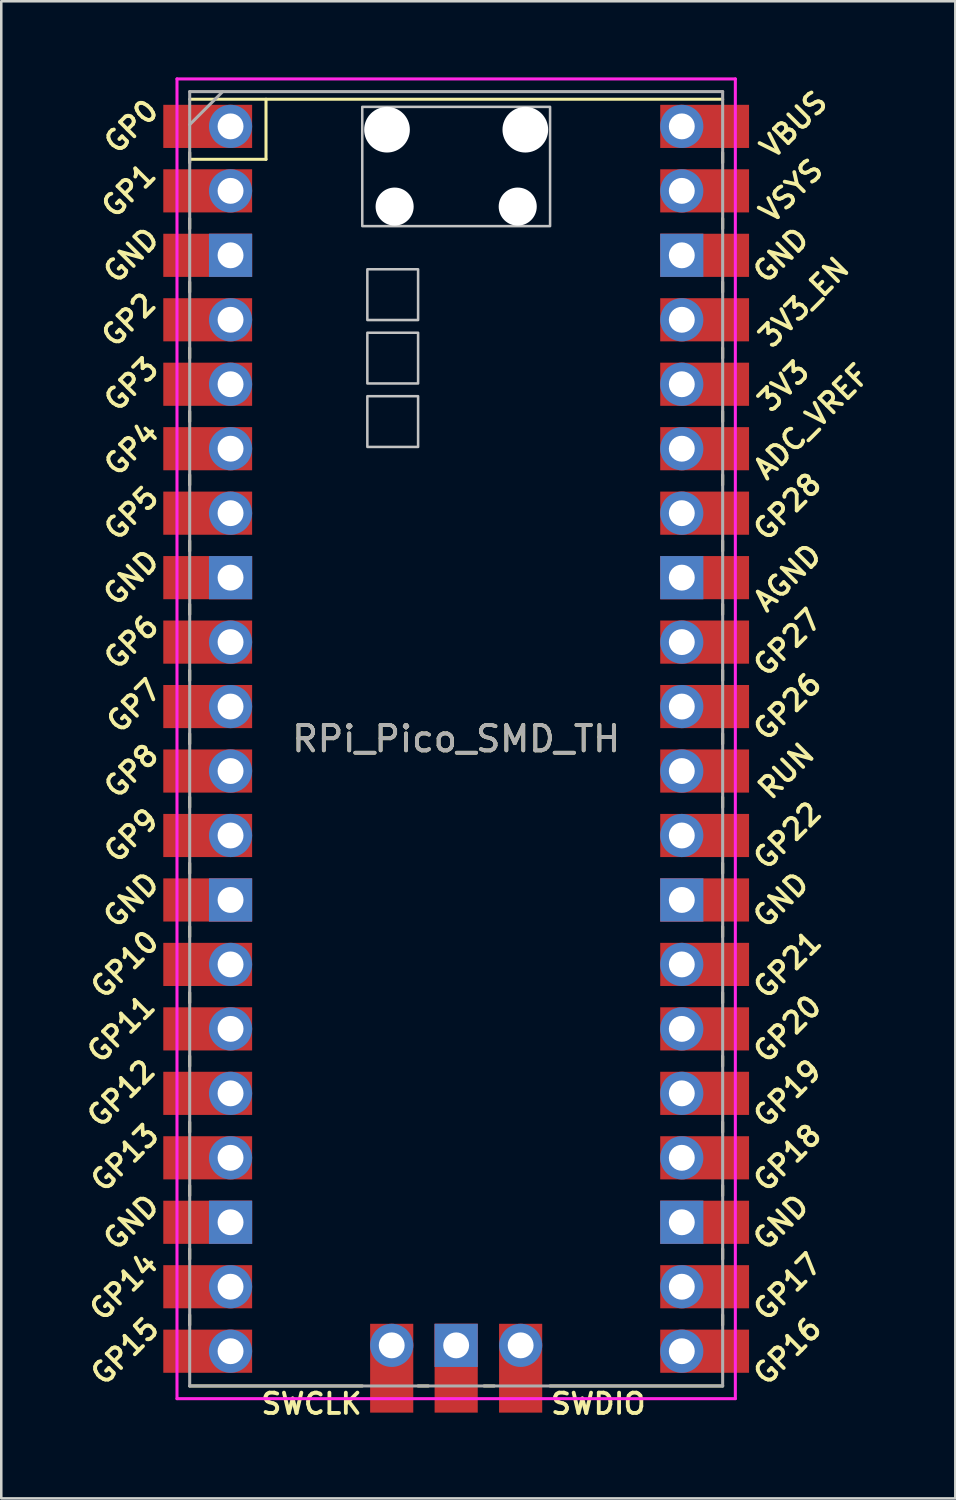
<source format=kicad_pcb>
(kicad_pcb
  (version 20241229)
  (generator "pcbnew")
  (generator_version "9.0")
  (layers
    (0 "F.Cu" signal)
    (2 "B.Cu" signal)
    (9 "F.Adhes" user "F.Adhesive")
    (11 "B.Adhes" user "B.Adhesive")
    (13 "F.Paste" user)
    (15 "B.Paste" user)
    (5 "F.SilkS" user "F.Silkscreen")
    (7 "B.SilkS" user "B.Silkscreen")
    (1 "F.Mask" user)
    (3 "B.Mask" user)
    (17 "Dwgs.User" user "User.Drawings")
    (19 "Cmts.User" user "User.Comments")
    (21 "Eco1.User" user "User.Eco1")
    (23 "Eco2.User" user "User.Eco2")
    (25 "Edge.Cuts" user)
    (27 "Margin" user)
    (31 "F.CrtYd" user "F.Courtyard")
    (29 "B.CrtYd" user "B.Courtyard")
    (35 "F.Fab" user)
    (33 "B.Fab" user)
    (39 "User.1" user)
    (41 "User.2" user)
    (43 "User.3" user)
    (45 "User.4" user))
  (footprint "RPi_Pico_SMD_TH"
    (layer "F.Cu")
    (at 14.924 26.06)
    (property "Reference" "RPi_Pico_SMD_TH" (at 0 0 0) (layer "F.SilkS") (effects (font (size 1 1) (thickness 0.15))))
    (attr through_hole)
    (fp_line (start -10.5 -25.2) (end 10.5 -25.2) (stroke (width 0.12) (type solid)) (layer "F.SilkS"))
    (fp_line (start -10.5 -23.1) (end -10.5 -22.7) (stroke (width 0.12) (type solid)) (layer "F.SilkS"))
    (fp_line (start -10.5 -22.833) (end -7.493 -22.833) (stroke (width 0.12) (type solid)) (layer "F.SilkS"))
    (fp_line (start -10.5 -20.5) (end -10.5 -20.1) (stroke (width 0.12) (type solid)) (layer "F.SilkS"))
    (fp_line (start -10.5 -18) (end -10.5 -17.6) (stroke (width 0.12) (type solid)) (layer "F.SilkS"))
    (fp_line (start -10.5 -15.4) (end -10.5 -15) (stroke (width 0.12) (type solid)) (layer "F.SilkS"))
    (fp_line (start -10.5 -12.9) (end -10.5 -12.5) (stroke (width 0.12) (type solid)) (layer "F.SilkS"))
    (fp_line (start -10.5 -10.4) (end -10.5 -10) (stroke (width 0.12) (type solid)) (layer "F.SilkS"))
    (fp_line (start -10.5 -7.8) (end -10.5 -7.4) (stroke (width 0.12) (type solid)) (layer "F.SilkS"))
    (fp_line (start -10.5 -5.3) (end -10.5 -4.9) (stroke (width 0.12) (type solid)) (layer "F.SilkS"))
    (fp_line (start -10.5 -2.7) (end -10.5 -2.3) (stroke (width 0.12) (type solid)) (layer "F.SilkS"))
    (fp_line (start -10.5 -0.2) (end -10.5 0.2) (stroke (width 0.12) (type solid)) (layer "F.SilkS"))
    (fp_line (start -10.5 2.3) (end -10.5 2.7) (stroke (width 0.12) (type solid)) (layer "F.SilkS"))
    (fp_line (start -10.5 4.9) (end -10.5 5.3) (stroke (width 0.12) (type solid)) (layer "F.SilkS"))
    (fp_line (start -10.5 7.4) (end -10.5 7.8) (stroke (width 0.12) (type solid)) (layer "F.SilkS"))
    (fp_line (start -10.5 10) (end -10.5 10.4) (stroke (width 0.12) (type solid)) (layer "F.SilkS"))
    (fp_line (start -10.5 12.5) (end -10.5 12.9) (stroke (width 0.12) (type solid)) (layer "F.SilkS"))
    (fp_line (start -10.5 15.1) (end -10.5 15.5) (stroke (width 0.12) (type solid)) (layer "F.SilkS"))
    (fp_line (start -10.5 17.6) (end -10.5 18) (stroke (width 0.12) (type solid)) (layer "F.SilkS"))
    (fp_line (start -10.5 20.1) (end -10.5 20.5) (stroke (width 0.12) (type solid)) (layer "F.SilkS"))
    (fp_line (start -10.5 22.7) (end -10.5 23.1) (stroke (width 0.12) (type solid)) (layer "F.SilkS"))
    (fp_line (start -7.493 -22.833) (end -7.493 -25.2) (stroke (width 0.12) (type solid)) (layer "F.SilkS"))
    (fp_line (start -3.7 25.5) (end -10.5 25.5) (stroke (width 0.12) (type solid)) (layer "F.SilkS"))
    (fp_line (start -1.5 25.5) (end -1.1 25.5) (stroke (width 0.12) (type solid)) (layer "F.SilkS"))
    (fp_line (start 1.1 25.5) (end 1.5 25.5) (stroke (width 0.12) (type solid)) (layer "F.SilkS"))
    (fp_line (start 10.5 -23.1) (end 10.5 -22.7) (stroke (width 0.12) (type solid)) (layer "F.SilkS"))
    (fp_line (start 10.5 -20.5) (end 10.5 -20.1) (stroke (width 0.12) (type solid)) (layer "F.SilkS"))
    (fp_line (start 10.5 -18) (end 10.5 -17.6) (stroke (width 0.12) (type solid)) (layer "F.SilkS"))
    (fp_line (start 10.5 -15.4) (end 10.5 -15) (stroke (width 0.12) (type solid)) (layer "F.SilkS"))
    (fp_line (start 10.5 -12.9) (end 10.5 -12.5) (stroke (width 0.12) (type solid)) (layer "F.SilkS"))
    (fp_line (start 10.5 -10.4) (end 10.5 -10) (stroke (width 0.12) (type solid)) (layer "F.SilkS"))
    (fp_line (start 10.5 -7.8) (end 10.5 -7.4) (stroke (width 0.12) (type solid)) (layer "F.SilkS"))
    (fp_line (start 10.5 -5.3) (end 10.5 -4.9) (stroke (width 0.12) (type solid)) (layer "F.SilkS"))
    (fp_line (start 10.5 -2.7) (end 10.5 -2.3) (stroke (width 0.12) (type solid)) (layer "F.SilkS"))
    (fp_line (start 10.5 -0.2) (end 10.5 0.2) (stroke (width 0.12) (type solid)) (layer "F.SilkS"))
    (fp_line (start 10.5 2.3) (end 10.5 2.7) (stroke (width 0.12) (type solid)) (layer "F.SilkS"))
    (fp_line (start 10.5 4.9) (end 10.5 5.3) (stroke (width 0.12) (type solid)) (layer "F.SilkS"))
    (fp_line (start 10.5 7.4) (end 10.5 7.8) (stroke (width 0.12) (type solid)) (layer "F.SilkS"))
    (fp_line (start 10.5 10) (end 10.5 10.4) (stroke (width 0.12) (type solid)) (layer "F.SilkS"))
    (fp_line (start 10.5 12.5) (end 10.5 12.9) (stroke (width 0.12) (type solid)) (layer "F.SilkS"))
    (fp_line (start 10.5 15.1) (end 10.5 15.5) (stroke (width 0.12) (type solid)) (layer "F.SilkS"))
    (fp_line (start 10.5 17.6) (end 10.5 18) (stroke (width 0.12) (type solid)) (layer "F.SilkS"))
    (fp_line (start 10.5 20.1) (end 10.5 20.5) (stroke (width 0.12) (type solid)) (layer "F.SilkS"))
    (fp_line (start 10.5 22.7) (end 10.5 23.1) (stroke (width 0.12) (type solid)) (layer "F.SilkS"))
    (fp_line (start 10.5 25.5) (end 3.7 25.5) (stroke (width 0.12) (type solid)) (layer "F.SilkS"))
    (fp_poly (pts (xy -1.5 -16.5) (xy -3.5 -16.5) (xy -3.5 -18.5) (xy -1.5 -18.5)) (stroke (width 0.1) (type solid)) (fill no) (layer "Dwgs.User"))
    (fp_poly (pts (xy -1.5 -14) (xy -3.5 -14) (xy -3.5 -16) (xy -1.5 -16)) (stroke (width 0.1) (type solid)) (fill no) (layer "Dwgs.User"))
    (fp_poly (pts (xy -1.5 -11.5) (xy -3.5 -11.5) (xy -3.5 -13.5) (xy -1.5 -13.5)) (stroke (width 0.1) (type solid)) (fill no) (layer "Dwgs.User"))
    (fp_poly (pts (xy 3.7 -20.2) (xy -3.7 -20.2) (xy -3.7 -24.9) (xy 3.7 -24.9)) (stroke (width 0.1) (type solid)) (fill no) (layer "Dwgs.User"))
    (fp_line (start -11 -26) (end 11 -26) (stroke (width 0.12) (type solid)) (layer "F.CrtYd"))
    (fp_line (start -11 26) (end -11 -26) (stroke (width 0.12) (type solid)) (layer "F.CrtYd"))
    (fp_line (start 11 -26) (end 11 26) (stroke (width 0.12) (type solid)) (layer "F.CrtYd"))
    (fp_line (start 11 26) (end -11 26) (stroke (width 0.12) (type solid)) (layer "F.CrtYd"))
    (fp_line (start -10.5 -25.5) (end 10.5 -25.5) (stroke (width 0.12) (type solid)) (layer "F.Fab"))
    (fp_line (start -10.5 -24.2) (end -9.2 -25.5) (stroke (width 0.12) (type solid)) (layer "F.Fab"))
    (fp_line (start -10.5 25.5) (end -10.5 -25.5) (stroke (width 0.12) (type solid)) (layer "F.Fab"))
    (fp_line (start 10.5 -25.5) (end 10.5 25.5) (stroke (width 0.12) (type solid)) (layer "F.Fab"))
    (fp_line (start 10.5 25.5) (end -10.5 25.5) (stroke (width 0.12) (type solid)) (layer "F.Fab"))
    (fp_text user "ADC_VREF" (at 14 -12.5 45) (layer "F.SilkS") (effects (font (size 0.8 0.8) (thickness 0.15))))
    (fp_text user "GP19" (at 13.054 13.97 45) (layer "F.SilkS") (effects (font (size 0.8 0.8) (thickness 0.15))))
    (fp_text user "GP26" (at 13.054 -1.27 45) (layer "F.SilkS") (effects (font (size 0.8 0.8) (thickness 0.15))))
    (fp_text user "GP16" (at 13.054 24.13 45) (layer "F.SilkS") (effects (font (size 0.8 0.8) (thickness 0.15))))
    (fp_text user "GP14" (at -13.1 21.59 45) (layer "F.SilkS") (effects (font (size 0.8 0.8) (thickness 0.15))))
    (fp_text user "3V3_EN" (at 13.7 -17.2 45) (layer "F.SilkS") (effects (font (size 0.8 0.8) (thickness 0.15))))
    (fp_text user "GP17" (at 13.054 21.59 45) (layer "F.SilkS") (effects (font (size 0.8 0.8) (thickness 0.15))))
    (fp_text user "GP10" (at -13.054 8.89 45) (layer "F.SilkS") (effects (font (size 0.8 0.8) (thickness 0.15))))
    (fp_text user "GP2" (at -12.9 -16.51 45) (layer "F.SilkS") (effects (font (size 0.8 0.8) (thickness 0.15))))
    (fp_text user "VBUS" (at 13.3 -24.2 45) (layer "F.SilkS") (effects (font (size 0.8 0.8) (thickness 0.15))))
    (fp_text user "GP7" (at -12.7 -1.3 45) (layer "F.SilkS") (effects (font (size 0.8 0.8) (thickness 0.15))))
    (fp_text user "GP1" (at -12.9 -21.6 45) (layer "F.SilkS") (effects (font (size 0.8 0.8) (thickness 0.15))))
    (fp_text user "GP18" (at 13.054 16.51 45) (layer "F.SilkS") (effects (font (size 0.8 0.8) (thickness 0.15))))
    (fp_text user "VSYS" (at 13.2 -21.59 45) (layer "F.SilkS") (effects (font (size 0.8 0.8) (thickness 0.15))))
    (fp_text user "GP22" (at 13.054 3.81 45) (layer "F.SilkS") (effects (font (size 0.8 0.8) (thickness 0.15))))
    (fp_text user "GP28" (at 13.054 -9.144 45) (layer "F.SilkS") (effects (font (size 0.8 0.8) (thickness 0.15))))
    (fp_text user "GP5" (at -12.8 -8.89 45) (layer "F.SilkS") (effects (font (size 0.8 0.8) (thickness 0.15))))
    (fp_text user "GND" (at -12.8 -19.05 45) (layer "F.SilkS") (effects (font (size 0.8 0.8) (thickness 0.15))))
    (fp_text user "GP12" (at -13.2 13.97 45) (layer "F.SilkS") (effects (font (size 0.8 0.8) (thickness 0.15))))
    (fp_text user "RUN" (at 13 1.27 45) (layer "F.SilkS") (effects (font (size 0.8 0.8) (thickness 0.15))))
    (fp_text user "GND" (at 12.8 6.35 45) (layer "F.SilkS") (effects (font (size 0.8 0.8) (thickness 0.15))))
    (fp_text user "GP15" (at -13.054 24.13 45) (layer "F.SilkS") (effects (font (size 0.8 0.8) (thickness 0.15))))
    (fp_text user "GP4" (at -12.8 -11.43 45) (layer "F.SilkS") (effects (font (size 0.8 0.8) (thickness 0.15))))
    (fp_text user "GND" (at -12.8 -6.35 45) (layer "F.SilkS") (effects (font (size 0.8 0.8) (thickness 0.15))))
    (fp_text user "GP0" (at -12.8 -24.13 45) (layer "F.SilkS") (effects (font (size 0.8 0.8) (thickness 0.15))))
    (fp_text user "GP9" (at -12.8 3.81 45) (layer "F.SilkS") (effects (font (size 0.8 0.8) (thickness 0.15))))
    (fp_text user "SWDIO" (at 5.6 26.2 0) (layer "F.SilkS") (effects (font (size 0.8 0.8) (thickness 0.15))))
    (fp_text user "GND" (at 12.8 -19.05 45) (layer "F.SilkS") (effects (font (size 0.8 0.8) (thickness 0.15))))
    (fp_text user "GP20" (at 13.054 11.43 45) (layer "F.SilkS") (effects (font (size 0.8 0.8) (thickness 0.15))))
    (fp_text user "3V3" (at 12.9 -13.9 45) (layer "F.SilkS") (effects (font (size 0.8 0.8) (thickness 0.15))))
    (fp_text user "GND" (at -12.8 6.35 45) (layer "F.SilkS") (effects (font (size 0.8 0.8) (thickness 0.15))))
    (fp_text user "GP21" (at 13.054 8.9 45) (layer "F.SilkS") (effects (font (size 0.8 0.8) (thickness 0.15))))
    (fp_text user "GP27" (at 13.054 -3.8 45) (layer "F.SilkS") (effects (font (size 0.8 0.8) (thickness 0.15))))
    (fp_text user "GP6" (at -12.8 -3.81 45) (layer "F.SilkS") (effects (font (size 0.8 0.8) (thickness 0.15))))
    (fp_text user "SWCLK" (at -5.7 26.2 0) (layer "F.SilkS") (effects (font (size 0.8 0.8) (thickness 0.15))))
    (fp_text user "GP3" (at -12.8 -13.97 45) (layer "F.SilkS") (effects (font (size 0.8 0.8) (thickness 0.15))))
    (fp_text user "GP11" (at -13.2 11.43 45) (layer "F.SilkS") (effects (font (size 0.8 0.8) (thickness 0.15))))
    (fp_text user "GP13" (at -13.054 16.51 45) (layer "F.SilkS") (effects (font (size 0.8 0.8) (thickness 0.15))))
    (fp_text user "AGND" (at 13.054 -6.35 45) (layer "F.SilkS") (effects (font (size 0.8 0.8) (thickness 0.15))))
    (fp_text user "GND" (at -12.8 19.05 45) (layer "F.SilkS") (effects (font (size 0.8 0.8) (thickness 0.15))))
    (fp_text user "GND" (at 12.8 19.05 45) (layer "F.SilkS") (effects (font (size 0.8 0.8) (thickness 0.15))))
    (fp_text user "GP8" (at -12.8 1.27 45) (layer "F.SilkS") (effects (font (size 0.8 0.8) (thickness 0.15))))
    (fp_text user "${REFERENCE}" (at 0 0 180) (layer "F.Fab") (effects (font (size 1 1) (thickness 0.15))))
    (pad "" np_thru_hole oval (at -2.725 -24) (size 1.8 1.8) (drill 1.8) (layers "*.Cu" "*.Mask"))
    (pad "" np_thru_hole oval (at -2.425 -20.97) (size 1.5 1.5) (drill 1.5) (layers "*.Cu" "*.Mask"))
    (pad "" np_thru_hole oval (at 2.425 -20.97) (size 1.5 1.5) (drill 1.5) (layers "*.Cu" "*.Mask"))
    (pad "" np_thru_hole oval (at 2.725 -24) (size 1.8 1.8) (drill 1.8) (layers "*.Cu" "*.Mask"))
    (pad "1" thru_hole oval (at -8.89 -24.13) (size 1.7 1.7) (drill 1.02) (layers "*.Cu" "*.Mask"))
    (pad "1" smd rect (at -8.89 -24.13) (size 3.5 1.7) (drill (offset -0.9 0)) (layers "F.Cu" "F.Mask"))
    (pad "2" thru_hole oval (at -8.89 -21.59) (size 1.7 1.7) (drill 1.02) (layers "*.Cu" "*.Mask"))
    (pad "2" smd rect (at -8.89 -21.59) (size 3.5 1.7) (drill (offset -0.9 0)) (layers "F.Cu" "F.Mask"))
    (pad "3" thru_hole rect (at -8.89 -19.05) (size 1.7 1.7) (drill 1.02) (layers "*.Cu" "*.Mask"))
    (pad "3" smd rect (at -8.89 -19.05) (size 3.5 1.7) (drill (offset -0.9 0)) (layers "F.Cu" "F.Mask"))
    (pad "4" thru_hole oval (at -8.89 -16.51) (size 1.7 1.7) (drill 1.02) (layers "*.Cu" "*.Mask"))
    (pad "4" smd rect (at -8.89 -16.51) (size 3.5 1.7) (drill (offset -0.9 0)) (layers "F.Cu" "F.Mask"))
    (pad "5" thru_hole oval (at -8.89 -13.97) (size 1.7 1.7) (drill 1.02) (layers "*.Cu" "*.Mask"))
    (pad "5" smd rect (at -8.89 -13.97) (size 3.5 1.7) (drill (offset -0.9 0)) (layers "F.Cu" "F.Mask"))
    (pad "6" thru_hole oval (at -8.89 -11.43) (size 1.7 1.7) (drill 1.02) (layers "*.Cu" "*.Mask"))
    (pad "6" smd rect (at -8.89 -11.43) (size 3.5 1.7) (drill (offset -0.9 0)) (layers "F.Cu" "F.Mask"))
    (pad "7" thru_hole oval (at -8.89 -8.89) (size 1.7 1.7) (drill 1.02) (layers "*.Cu" "*.Mask"))
    (pad "7" smd rect (at -8.89 -8.89) (size 3.5 1.7) (drill (offset -0.9 0)) (layers "F.Cu" "F.Mask"))
    (pad "8" thru_hole rect (at -8.89 -6.35) (size 1.7 1.7) (drill 1.02) (layers "*.Cu" "*.Mask"))
    (pad "8" smd rect (at -8.89 -6.35) (size 3.5 1.7) (drill (offset -0.9 0)) (layers "F.Cu" "F.Mask"))
    (pad "9" thru_hole oval (at -8.89 -3.81) (size 1.7 1.7) (drill 1.02) (layers "*.Cu" "*.Mask"))
    (pad "9" smd rect (at -8.89 -3.81) (size 3.5 1.7) (drill (offset -0.9 0)) (layers "F.Cu" "F.Mask"))
    (pad "10" thru_hole oval (at -8.89 -1.27) (size 1.7 1.7) (drill 1.02) (layers "*.Cu" "*.Mask"))
    (pad "10" smd rect (at -8.89 -1.27) (size 3.5 1.7) (drill (offset -0.9 0)) (layers "F.Cu" "F.Mask"))
    (pad "11" thru_hole oval (at -8.89 1.27) (size 1.7 1.7) (drill 1.02) (layers "*.Cu" "*.Mask"))
    (pad "11" smd rect (at -8.89 1.27) (size 3.5 1.7) (drill (offset -0.9 0)) (layers "F.Cu" "F.Mask"))
    (pad "12" thru_hole oval (at -8.89 3.81) (size 1.7 1.7) (drill 1.02) (layers "*.Cu" "*.Mask"))
    (pad "12" smd rect (at -8.89 3.81) (size 3.5 1.7) (drill (offset -0.9 0)) (layers "F.Cu" "F.Mask"))
    (pad "13" thru_hole rect (at -8.89 6.35) (size 1.7 1.7) (drill 1.02) (layers "*.Cu" "*.Mask"))
    (pad "13" smd rect (at -8.89 6.35) (size 3.5 1.7) (drill (offset -0.9 0)) (layers "F.Cu" "F.Mask"))
    (pad "14" thru_hole oval (at -8.89 8.89) (size 1.7 1.7) (drill 1.02) (layers "*.Cu" "*.Mask"))
    (pad "14" smd rect (at -8.89 8.89) (size 3.5 1.7) (drill (offset -0.9 0)) (layers "F.Cu" "F.Mask"))
    (pad "15" thru_hole oval (at -8.89 11.43) (size 1.7 1.7) (drill 1.02) (layers "*.Cu" "*.Mask"))
    (pad "15" smd rect (at -8.89 11.43) (size 3.5 1.7) (drill (offset -0.9 0)) (layers "F.Cu" "F.Mask"))
    (pad "16" thru_hole oval (at -8.89 13.97) (size 1.7 1.7) (drill 1.02) (layers "*.Cu" "*.Mask"))
    (pad "16" smd rect (at -8.89 13.97) (size 3.5 1.7) (drill (offset -0.9 0)) (layers "F.Cu" "F.Mask"))
    (pad "17" thru_hole oval (at -8.89 16.51) (size 1.7 1.7) (drill 1.02) (layers "*.Cu" "*.Mask"))
    (pad "17" smd rect (at -8.89 16.51) (size 3.5 1.7) (drill (offset -0.9 0)) (layers "F.Cu" "F.Mask"))
    (pad "18" thru_hole rect (at -8.89 19.05) (size 1.7 1.7) (drill 1.02) (layers "*.Cu" "*.Mask"))
    (pad "18" smd rect (at -8.89 19.05) (size 3.5 1.7) (drill (offset -0.9 0)) (layers "F.Cu" "F.Mask"))
    (pad "19" thru_hole oval (at -8.89 21.59) (size 1.7 1.7) (drill 1.02) (layers "*.Cu" "*.Mask"))
    (pad "19" smd rect (at -8.89 21.59) (size 3.5 1.7) (drill (offset -0.9 0)) (layers "F.Cu" "F.Mask"))
    (pad "20" thru_hole oval (at -8.89 24.13) (size 1.7 1.7) (drill 1.02) (layers "*.Cu" "*.Mask"))
    (pad "20" smd rect (at -8.89 24.13) (size 3.5 1.7) (drill (offset -0.9 0)) (layers "F.Cu" "F.Mask"))
    (pad "21" thru_hole oval (at 8.89 24.13) (size 1.7 1.7) (drill 1.02) (layers "*.Cu" "*.Mask"))
    (pad "21" smd rect (at 8.89 24.13) (size 3.5 1.7) (drill (offset 0.9 0)) (layers "F.Cu" "F.Mask"))
    (pad "22" thru_hole oval (at 8.89 21.59) (size 1.7 1.7) (drill 1.02) (layers "*.Cu" "*.Mask"))
    (pad "22" smd rect (at 8.89 21.59) (size 3.5 1.7) (drill (offset 0.9 0)) (layers "F.Cu" "F.Mask"))
    (pad "23" thru_hole rect (at 8.89 19.05) (size 1.7 1.7) (drill 1.02) (layers "*.Cu" "*.Mask"))
    (pad "23" smd rect (at 8.89 19.05) (size 3.5 1.7) (drill (offset 0.9 0)) (layers "F.Cu" "F.Mask"))
    (pad "24" thru_hole oval (at 8.89 16.51) (size 1.7 1.7) (drill 1.02) (layers "*.Cu" "*.Mask"))
    (pad "24" smd rect (at 8.89 16.51) (size 3.5 1.7) (drill (offset 0.9 0)) (layers "F.Cu" "F.Mask"))
    (pad "25" thru_hole oval (at 8.89 13.97) (size 1.7 1.7) (drill 1.02) (layers "*.Cu" "*.Mask"))
    (pad "25" smd rect (at 8.89 13.97) (size 3.5 1.7) (drill (offset 0.9 0)) (layers "F.Cu" "F.Mask"))
    (pad "26" thru_hole oval (at 8.89 11.43) (size 1.7 1.7) (drill 1.02) (layers "*.Cu" "*.Mask"))
    (pad "26" smd rect (at 8.89 11.43) (size 3.5 1.7) (drill (offset 0.9 0)) (layers "F.Cu" "F.Mask"))
    (pad "27" thru_hole oval (at 8.89 8.89) (size 1.7 1.7) (drill 1.02) (layers "*.Cu" "*.Mask"))
    (pad "27" smd rect (at 8.89 8.89) (size 3.5 1.7) (drill (offset 0.9 0)) (layers "F.Cu" "F.Mask"))
    (pad "28" thru_hole rect (at 8.89 6.35) (size 1.7 1.7) (drill 1.02) (layers "*.Cu" "*.Mask"))
    (pad "28" smd rect (at 8.89 6.35) (size 3.5 1.7) (drill (offset 0.9 0)) (layers "F.Cu" "F.Mask"))
    (pad "29" thru_hole oval (at 8.89 3.81) (size 1.7 1.7) (drill 1.02) (layers "*.Cu" "*.Mask"))
    (pad "29" smd rect (at 8.89 3.81) (size 3.5 1.7) (drill (offset 0.9 0)) (layers "F.Cu" "F.Mask"))
    (pad "30" thru_hole oval (at 8.89 1.27) (size 1.7 1.7) (drill 1.02) (layers "*.Cu" "*.Mask"))
    (pad "30" smd rect (at 8.89 1.27) (size 3.5 1.7) (drill (offset 0.9 0)) (layers "F.Cu" "F.Mask"))
    (pad "31" thru_hole oval (at 8.89 -1.27) (size 1.7 1.7) (drill 1.02) (layers "*.Cu" "*.Mask"))
    (pad "31" smd rect (at 8.89 -1.27) (size 3.5 1.7) (drill (offset 0.9 0)) (layers "F.Cu" "F.Mask"))
    (pad "32" thru_hole oval (at 8.89 -3.81) (size 1.7 1.7) (drill 1.02) (layers "*.Cu" "*.Mask"))
    (pad "32" smd rect (at 8.89 -3.81) (size 3.5 1.7) (drill (offset 0.9 0)) (layers "F.Cu" "F.Mask"))
    (pad "33" thru_hole rect (at 8.89 -6.35) (size 1.7 1.7) (drill 1.02) (layers "*.Cu" "*.Mask"))
    (pad "33" smd rect (at 8.89 -6.35) (size 3.5 1.7) (drill (offset 0.9 0)) (layers "F.Cu" "F.Mask"))
    (pad "34" thru_hole oval (at 8.89 -8.89) (size 1.7 1.7) (drill 1.02) (layers "*.Cu" "*.Mask"))
    (pad "34" smd rect (at 8.89 -8.89) (size 3.5 1.7) (drill (offset 0.9 0)) (layers "F.Cu" "F.Mask"))
    (pad "35" thru_hole oval (at 8.89 -11.43) (size 1.7 1.7) (drill 1.02) (layers "*.Cu" "*.Mask"))
    (pad "35" smd rect (at 8.89 -11.43) (size 3.5 1.7) (drill (offset 0.9 0)) (layers "F.Cu" "F.Mask"))
    (pad "36" thru_hole oval (at 8.89 -13.97) (size 1.7 1.7) (drill 1.02) (layers "*.Cu" "*.Mask"))
    (pad "36" smd rect (at 8.89 -13.97) (size 3.5 1.7) (drill (offset 0.9 0)) (layers "F.Cu" "F.Mask"))
    (pad "37" thru_hole oval (at 8.89 -16.51) (size 1.7 1.7) (drill 1.02) (layers "*.Cu" "*.Mask"))
    (pad "37" smd rect (at 8.89 -16.51) (size 3.5 1.7) (drill (offset 0.9 0)) (layers "F.Cu" "F.Mask"))
    (pad "38" thru_hole rect (at 8.89 -19.05) (size 1.7 1.7) (drill 1.02) (layers "*.Cu" "*.Mask"))
    (pad "38" smd rect (at 8.89 -19.05) (size 3.5 1.7) (drill (offset 0.9 0)) (layers "F.Cu" "F.Mask"))
    (pad "39" thru_hole oval (at 8.89 -21.59) (size 1.7 1.7) (drill 1.02) (layers "*.Cu" "*.Mask"))
    (pad "39" smd rect (at 8.89 -21.59) (size 3.5 1.7) (drill (offset 0.9 0)) (layers "F.Cu" "F.Mask"))
    (pad "40" thru_hole oval (at 8.89 -24.13) (size 1.7 1.7) (drill 1.02) (layers "*.Cu" "*.Mask"))
    (pad "40" smd rect (at 8.89 -24.13) (size 3.5 1.7) (drill (offset 0.9 0)) (layers "F.Cu" "F.Mask"))
    (pad "41" thru_hole oval (at -2.54 23.9) (size 1.7 1.7) (drill 1.02) (layers "*.Cu" "*.Mask"))
    (pad "41" smd rect (at -2.54 23.9 90) (size 3.5 1.7) (drill (offset -0.9 0)) (layers "F.Cu" "F.Mask"))
    (pad "42" thru_hole rect (at 0 23.9) (size 1.7 1.7) (drill 1.02) (layers "*.Cu" "*.Mask"))
    (pad "42" smd rect (at 0 23.9 90) (size 3.5 1.7) (drill (offset -0.9 0)) (layers "F.Cu" "F.Mask"))
    (pad "43" thru_hole oval (at 2.54 23.9) (size 1.7 1.7) (drill 1.02) (layers "*.Cu" "*.Mask"))
    (pad "43" smd rect (at 2.54 23.9 90) (size 3.5 1.7) (drill (offset -0.9 0)) (layers "F.Cu" "F.Mask")))
  (gr_rect
    (start -3 -3)
    (end 34.591 55.991)
    (stroke (width 0.1) (type default))
    (fill no)
    (layer "Edge.Cuts")))
</source>
